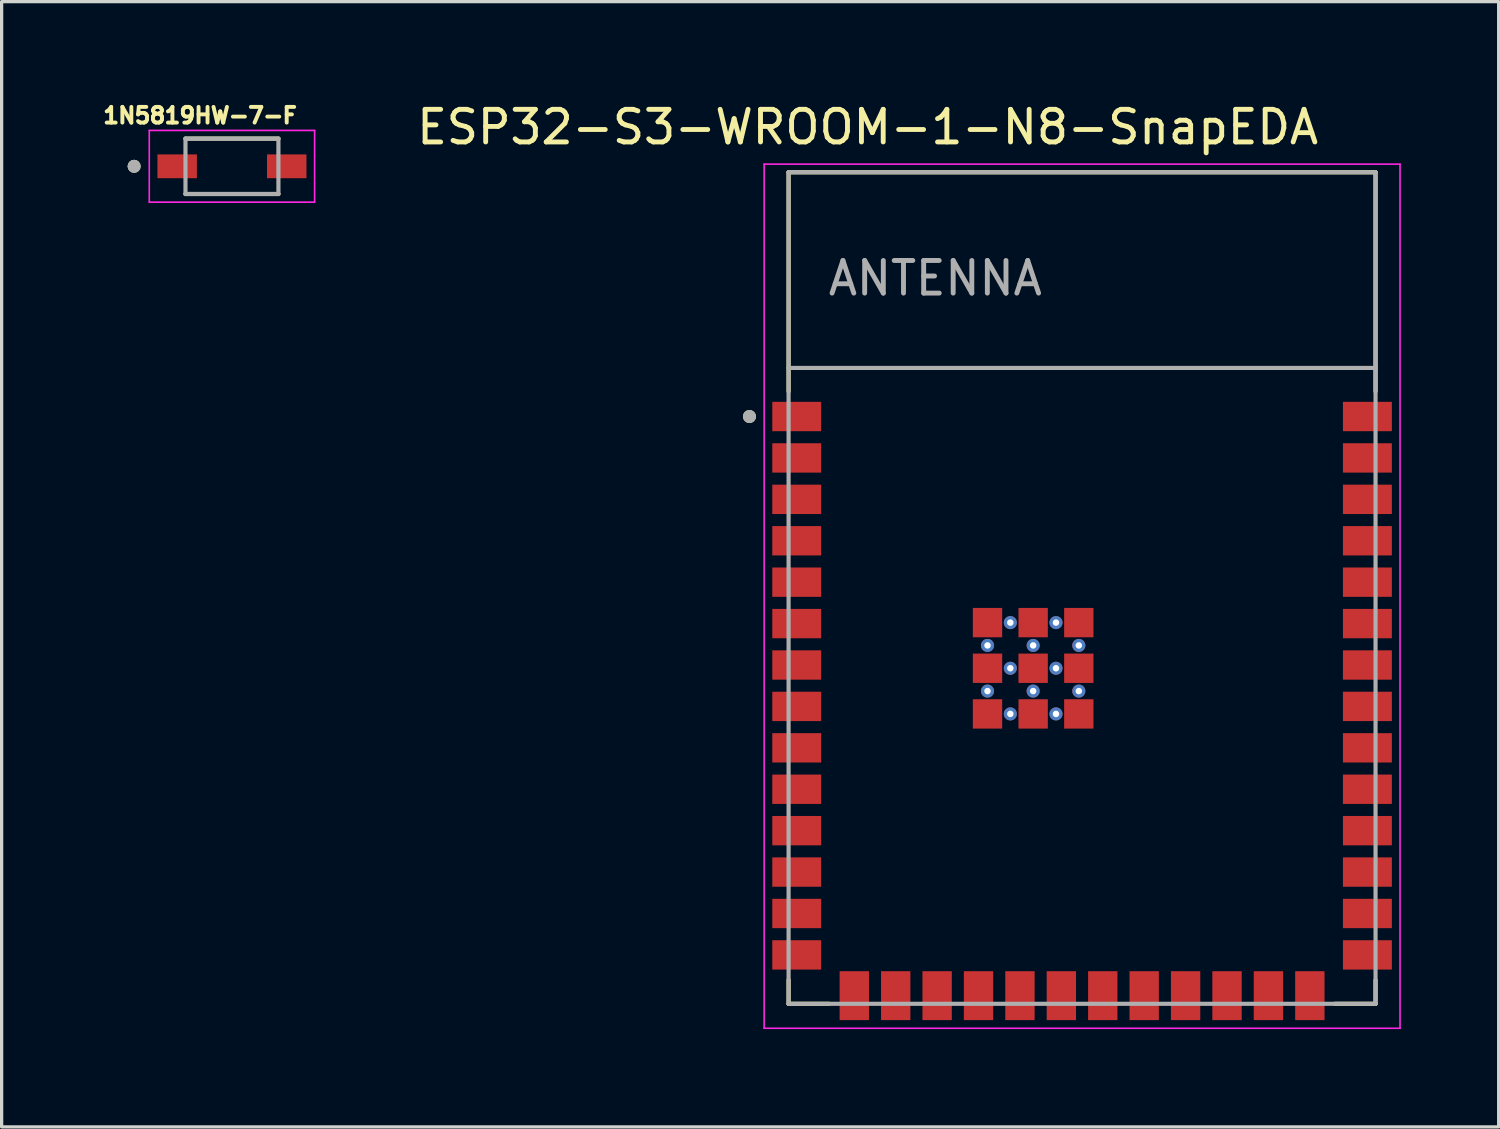
<source format=kicad_pcb>
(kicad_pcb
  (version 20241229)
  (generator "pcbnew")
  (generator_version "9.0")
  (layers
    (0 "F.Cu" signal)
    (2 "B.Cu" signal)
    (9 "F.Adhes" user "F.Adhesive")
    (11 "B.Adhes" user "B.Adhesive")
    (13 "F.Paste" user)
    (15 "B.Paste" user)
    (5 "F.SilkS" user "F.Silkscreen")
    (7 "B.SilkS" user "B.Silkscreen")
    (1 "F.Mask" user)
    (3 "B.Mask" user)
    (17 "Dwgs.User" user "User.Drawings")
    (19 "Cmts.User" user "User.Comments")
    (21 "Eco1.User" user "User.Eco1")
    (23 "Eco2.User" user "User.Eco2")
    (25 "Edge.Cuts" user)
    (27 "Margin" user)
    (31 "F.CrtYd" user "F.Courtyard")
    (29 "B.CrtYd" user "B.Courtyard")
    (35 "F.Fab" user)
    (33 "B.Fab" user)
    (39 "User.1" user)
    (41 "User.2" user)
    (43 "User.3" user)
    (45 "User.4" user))
  (footprint "ESP32-S3-WROOM-1-N8-SnapEDA"
    (layer "F.Cu")
    (at 30.133 14.983)
    (property "Reference" "ESP32-S3-WROOM-1-N8-SnapEDA" (at -6.575 -14.135 0) (layer "F.SilkS") (effects (font (size 1 1) (thickness 0.15))))
    (attr smd)
    (fp_line (start -9 -12.75) (end 9 -12.75) (stroke (width 0.127) (type solid)) (layer "F.SilkS"))
    (fp_line (start -9 -6.03) (end -9 -12.75) (stroke (width 0.127) (type solid)) (layer "F.SilkS"))
    (fp_line (start -9 12.02) (end -9 12.75) (stroke (width 0.127) (type solid)) (layer "F.SilkS"))
    (fp_line (start -9 12.75) (end -7.755 12.75) (stroke (width 0.127) (type solid)) (layer "F.SilkS"))
    (fp_line (start 9 -12.75) (end 9 -6.03) (stroke (width 0.127) (type solid)) (layer "F.SilkS"))
    (fp_line (start 9 12.02) (end 9 12.75) (stroke (width 0.127) (type solid)) (layer "F.SilkS"))
    (fp_line (start 9 12.75) (end 7.755 12.75) (stroke (width 0.127) (type solid)) (layer "F.SilkS"))
    (fp_circle (center -10.2 -5.26) (end -10.1 -5.26) (stroke (width 0.2) (type solid)) (fill no) (layer "F.SilkS"))
    (fp_line (start -9.75 -13) (end 9.75 -13) (stroke (width 0.05) (type solid)) (layer "F.CrtYd"))
    (fp_line (start -9.75 13.5) (end -9.75 -13) (stroke (width 0.05) (type solid)) (layer "F.CrtYd"))
    (fp_line (start -9.75 13.5) (end 9.75 13.5) (stroke (width 0.05) (type solid)) (layer "F.CrtYd"))
    (fp_line (start 9.75 -13) (end 9.75 13.5) (stroke (width 0.05) (type solid)) (layer "F.CrtYd"))
    (fp_line (start -9 -12.75) (end 9 -12.75) (stroke (width 0.127) (type solid)) (layer "F.Fab"))
    (fp_line (start -9 -6.75) (end -9 -12.75) (stroke (width 0.127) (type solid)) (layer "F.Fab"))
    (fp_line (start -9 -6.75) (end 9 -6.75) (stroke (width 0.127) (type solid)) (layer "F.Fab"))
    (fp_line (start -9 12.75) (end -9 -6.75) (stroke (width 0.127) (type solid)) (layer "F.Fab"))
    (fp_line (start 9 -12.75) (end 9 -6.75) (stroke (width 0.127) (type solid)) (layer "F.Fab"))
    (fp_line (start 9 -6.75) (end 9 12.75) (stroke (width 0.127) (type solid)) (layer "F.Fab"))
    (fp_line (start 9 12.75) (end -9 12.75) (stroke (width 0.127) (type solid)) (layer "F.Fab"))
    (fp_circle (center -10.2 -5.26) (end -10.1 -5.26) (stroke (width 0.2) (type solid)) (fill no) (layer "F.Fab"))
    (fp_text user "ANTENNA" (at -4.5 -9.5 0) (layer "F.Fab") (effects (font (size 1 1) (thickness 0.15))))
    (pad "1" smd rect (at -8.75 -5.26) (size 1.5 0.9) (layers "F.Cu" "F.Mask" "F.Paste"))
    (pad "2" smd rect (at -8.75 -3.99) (size 1.5 0.9) (layers "F.Cu" "F.Mask" "F.Paste"))
    (pad "3" smd rect (at -8.75 -2.72) (size 1.5 0.9) (layers "F.Cu" "F.Mask" "F.Paste"))
    (pad "4" smd rect (at -8.75 -1.45) (size 1.5 0.9) (layers "F.Cu" "F.Mask" "F.Paste"))
    (pad "5" smd rect (at -8.75 -0.18) (size 1.5 0.9) (layers "F.Cu" "F.Mask" "F.Paste"))
    (pad "6" smd rect (at -8.75 1.09) (size 1.5 0.9) (layers "F.Cu" "F.Mask" "F.Paste"))
    (pad "7" smd rect (at -8.75 2.36) (size 1.5 0.9) (layers "F.Cu" "F.Mask" "F.Paste"))
    (pad "8" smd rect (at -8.75 3.63) (size 1.5 0.9) (layers "F.Cu" "F.Mask" "F.Paste"))
    (pad "9" smd rect (at -8.75 4.9) (size 1.5 0.9) (layers "F.Cu" "F.Mask" "F.Paste"))
    (pad "10" smd rect (at -8.75 6.17) (size 1.5 0.9) (layers "F.Cu" "F.Mask" "F.Paste"))
    (pad "11" smd rect (at -8.75 7.44) (size 1.5 0.9) (layers "F.Cu" "F.Mask" "F.Paste"))
    (pad "12" smd rect (at -8.75 8.71) (size 1.5 0.9) (layers "F.Cu" "F.Mask" "F.Paste"))
    (pad "13" smd rect (at -8.75 9.98) (size 1.5 0.9) (layers "F.Cu" "F.Mask" "F.Paste"))
    (pad "14" smd rect (at -8.75 11.25) (size 1.5 0.9) (layers "F.Cu" "F.Mask" "F.Paste"))
    (pad "15" smd rect (at -6.985 12.5) (size 0.9 1.5) (layers "F.Cu" "F.Mask" "F.Paste"))
    (pad "16" smd rect (at -5.715 12.5) (size 0.9 1.5) (layers "F.Cu" "F.Mask" "F.Paste"))
    (pad "17" smd rect (at -4.445 12.5) (size 0.9 1.5) (layers "F.Cu" "F.Mask" "F.Paste"))
    (pad "18" smd rect (at -3.175 12.5) (size 0.9 1.5) (layers "F.Cu" "F.Mask" "F.Paste"))
    (pad "19" smd rect (at -1.905 12.5) (size 0.9 1.5) (layers "F.Cu" "F.Mask" "F.Paste"))
    (pad "20" smd rect (at -0.635 12.5) (size 0.9 1.5) (layers "F.Cu" "F.Mask" "F.Paste"))
    (pad "21" smd rect (at 0.635 12.5) (size 0.9 1.5) (layers "F.Cu" "F.Mask" "F.Paste"))
    (pad "22" smd rect (at 1.905 12.5) (size 0.9 1.5) (layers "F.Cu" "F.Mask" "F.Paste"))
    (pad "23" smd rect (at 3.175 12.5) (size 0.9 1.5) (layers "F.Cu" "F.Mask" "F.Paste"))
    (pad "24" smd rect (at 4.445 12.5) (size 0.9 1.5) (layers "F.Cu" "F.Mask" "F.Paste"))
    (pad "25" smd rect (at 5.715 12.5) (size 0.9 1.5) (layers "F.Cu" "F.Mask" "F.Paste"))
    (pad "26" smd rect (at 6.985 12.5) (size 0.9 1.5) (layers "F.Cu" "F.Mask" "F.Paste"))
    (pad "27" smd rect (at 8.75 11.25) (size 1.5 0.9) (layers "F.Cu" "F.Mask" "F.Paste"))
    (pad "28" smd rect (at 8.75 9.98) (size 1.5 0.9) (layers "F.Cu" "F.Mask" "F.Paste"))
    (pad "29" smd rect (at 8.75 8.71) (size 1.5 0.9) (layers "F.Cu" "F.Mask" "F.Paste"))
    (pad "30" smd rect (at 8.75 7.44) (size 1.5 0.9) (layers "F.Cu" "F.Mask" "F.Paste"))
    (pad "31" smd rect (at 8.75 6.17) (size 1.5 0.9) (layers "F.Cu" "F.Mask" "F.Paste"))
    (pad "32" smd rect (at 8.75 4.9) (size 1.5 0.9) (layers "F.Cu" "F.Mask" "F.Paste"))
    (pad "33" smd rect (at 8.75 3.63) (size 1.5 0.9) (layers "F.Cu" "F.Mask" "F.Paste"))
    (pad "34" smd rect (at 8.75 2.36) (size 1.5 0.9) (layers "F.Cu" "F.Mask" "F.Paste"))
    (pad "35" smd rect (at 8.75 1.09) (size 1.5 0.9) (layers "F.Cu" "F.Mask" "F.Paste"))
    (pad "36" smd rect (at 8.75 -0.18) (size 1.5 0.9) (layers "F.Cu" "F.Mask" "F.Paste"))
    (pad "37" smd rect (at 8.75 -1.45) (size 1.5 0.9) (layers "F.Cu" "F.Mask" "F.Paste"))
    (pad "38" smd rect (at 8.75 -2.72) (size 1.5 0.9) (layers "F.Cu" "F.Mask" "F.Paste"))
    (pad "39" smd rect (at 8.75 -3.99) (size 1.5 0.9) (layers "F.Cu" "F.Mask" "F.Paste"))
    (pad "40" smd rect (at 8.75 -5.26) (size 1.5 0.9) (layers "F.Cu" "F.Mask" "F.Paste"))
    (pad "41_1" smd rect (at -1.5 2.46) (size 0.9 0.9) (layers "F.Cu" "F.Mask" "F.Paste"))
    (pad "41_2" smd rect (at -2.9 2.46) (size 0.9 0.9) (layers "F.Cu" "F.Mask" "F.Paste"))
    (pad "41_3" smd rect (at -0.1 2.46) (size 0.9 0.9) (layers "F.Cu" "F.Mask" "F.Paste"))
    (pad "41_4" smd rect (at -2.9 3.86) (size 0.9 0.9) (layers "F.Cu" "F.Mask" "F.Paste"))
    (pad "41_5" smd rect (at -1.5 3.86) (size 0.9 0.9) (layers "F.Cu" "F.Mask" "F.Paste"))
    (pad "41_6" smd rect (at -0.1 3.86) (size 0.9 0.9) (layers "F.Cu" "F.Mask" "F.Paste"))
    (pad "41_7" smd rect (at -2.9 1.06) (size 0.9 0.9) (layers "F.Cu" "F.Mask" "F.Paste"))
    (pad "41_8" smd rect (at -1.5 1.06) (size 0.9 0.9) (layers "F.Cu" "F.Mask" "F.Paste"))
    (pad "41_9" smd rect (at -0.1 1.06) (size 0.9 0.9) (layers "F.Cu" "F.Mask" "F.Paste"))
    (pad "41_10" thru_hole circle (at -1.5 1.76) (size 0.4 0.4) (drill 0.2) (layers "*.Cu"))
    (pad "41_11" thru_hole circle (at -2.9 1.76) (size 0.4 0.4) (drill 0.2) (layers "*.Cu"))
    (pad "41_12" thru_hole circle (at -0.1 1.76) (size 0.4 0.4) (drill 0.2) (layers "*.Cu"))
    (pad "41_13" thru_hole circle (at -2.9 3.16) (size 0.4 0.4) (drill 0.2) (layers "*.Cu"))
    (pad "41_14" thru_hole circle (at -1.5 3.16) (size 0.4 0.4) (drill 0.2) (layers "*.Cu"))
    (pad "41_15" thru_hole circle (at -0.1 3.16) (size 0.4 0.4) (drill 0.2) (layers "*.Cu"))
    (pad "41_16" thru_hole circle (at -2.2 1.06) (size 0.4 0.4) (drill 0.2) (layers "*.Cu"))
    (pad "41_17" thru_hole circle (at -0.8 1.06) (size 0.4 0.4) (drill 0.2) (layers "*.Cu"))
    (pad "41_18" thru_hole circle (at -2.2 2.46) (size 0.4 0.4) (drill 0.2) (layers "*.Cu"))
    (pad "41_19" thru_hole circle (at -0.8 2.46) (size 0.4 0.4) (drill 0.2) (layers "*.Cu"))
    (pad "41_20" thru_hole circle (at -2.2 3.86) (size 0.4 0.4) (drill 0.2) (layers "*.Cu"))
    (pad "41_21" thru_hole circle (at -0.8 3.86) (size 0.4 0.4) (drill 0.2) (layers "*.Cu"))
    (zone (net_name "") (layer "F.Cu") (hatch full 0.508) (connect_pads) (min_thickness 0.01) (filled_areas_thickness no) (keepout (tracks not_allowed) (vias not_allowed) (pads not_allowed) (copperpour not_allowed) (footprints allowed)) (placement (enabled no)) (fill) (polygon (pts (xy 21.133 2.233) (xy 39.133 2.233) (xy 39.133 8.233) (xy 21.133 8.233))))
    (zone (net_name "") (layers "F.Cu" "B.Cu") (hatch full 0.508) (connect_pads) (min_thickness 0.01) (filled_areas_thickness no) (keepout (tracks allowed) (vias not_allowed) (pads allowed) (copperpour allowed) (footprints allowed)) (placement (enabled no)) (fill) (polygon (pts (xy 21.133 2.233) (xy 39.133 2.233) (xy 39.133 8.233) (xy 21.133 8.233))))
    (zone (net_name "") (layer "B.Cu") (hatch full 0.508) (connect_pads) (min_thickness 0.01) (filled_areas_thickness no) (keepout (tracks not_allowed) (vias not_allowed) (pads not_allowed) (copperpour not_allowed) (footprints allowed)) (placement (enabled no)) (fill) (polygon (pts (xy 21.133 2.233) (xy 39.133 2.233) (xy 39.133 8.233) (xy 21.133 8.233)))))
  (footprint "1N5819HW-7-F"
    (layer "F.Cu")
    (at 4.063 2.05)
    (property "Reference" "1N5819HW-7-F" (at -0.978 -1.557 0) (layer "F.SilkS") (effects (font (size 0.481 0.481) (thickness 0.12))))
    (attr smd)
    (fp_line (start -1.425 -0.85) (end 1.425 -0.85) (stroke (width 0.127) (type solid)) (layer "F.SilkS"))
    (fp_line (start 1.425 0.85) (end -1.425 0.85) (stroke (width 0.127) (type solid)) (layer "F.SilkS"))
    (fp_circle (center -3 0) (end -2.9 0) (stroke (width 0.2) (type solid)) (fill no) (layer "F.SilkS"))
    (fp_line (start -2.535 -1.1) (end 2.535 -1.1) (stroke (width 0.05) (type solid)) (layer "F.CrtYd"))
    (fp_line (start -2.535 1.1) (end -2.535 -1.1) (stroke (width 0.05) (type solid)) (layer "F.CrtYd"))
    (fp_line (start 2.535 -1.1) (end 2.535 1.1) (stroke (width 0.05) (type solid)) (layer "F.CrtYd"))
    (fp_line (start 2.535 1.1) (end -2.535 1.1) (stroke (width 0.05) (type solid)) (layer "F.CrtYd"))
    (fp_line (start -1.425 -0.85) (end 1.425 -0.85) (stroke (width 0.127) (type solid)) (layer "F.Fab"))
    (fp_line (start -1.425 0.85) (end -1.425 -0.85) (stroke (width 0.127) (type solid)) (layer "F.Fab"))
    (fp_line (start 1.425 -0.85) (end 1.425 0.85) (stroke (width 0.127) (type solid)) (layer "F.Fab"))
    (fp_line (start 1.425 0.85) (end -1.425 0.85) (stroke (width 0.127) (type solid)) (layer "F.Fab"))
    (fp_circle (center -3 0) (end -2.9 0) (stroke (width 0.2) (type solid)) (fill no) (layer "F.Fab"))
    (pad "A" smd rect (at 1.68 0) (size 1.21 0.73) (layers "F.Cu" "F.Mask" "F.Paste"))
    (pad "C" smd rect (at -1.68 0) (size 1.21 0.73) (layers "F.Cu" "F.Mask" "F.Paste")))
  (gr_rect
    (start -3 -3)
    (end 42.908 31.508)
    (stroke (width 0.1) (type default))
    (fill no)
    (layer "Edge.Cuts")))
</source>
